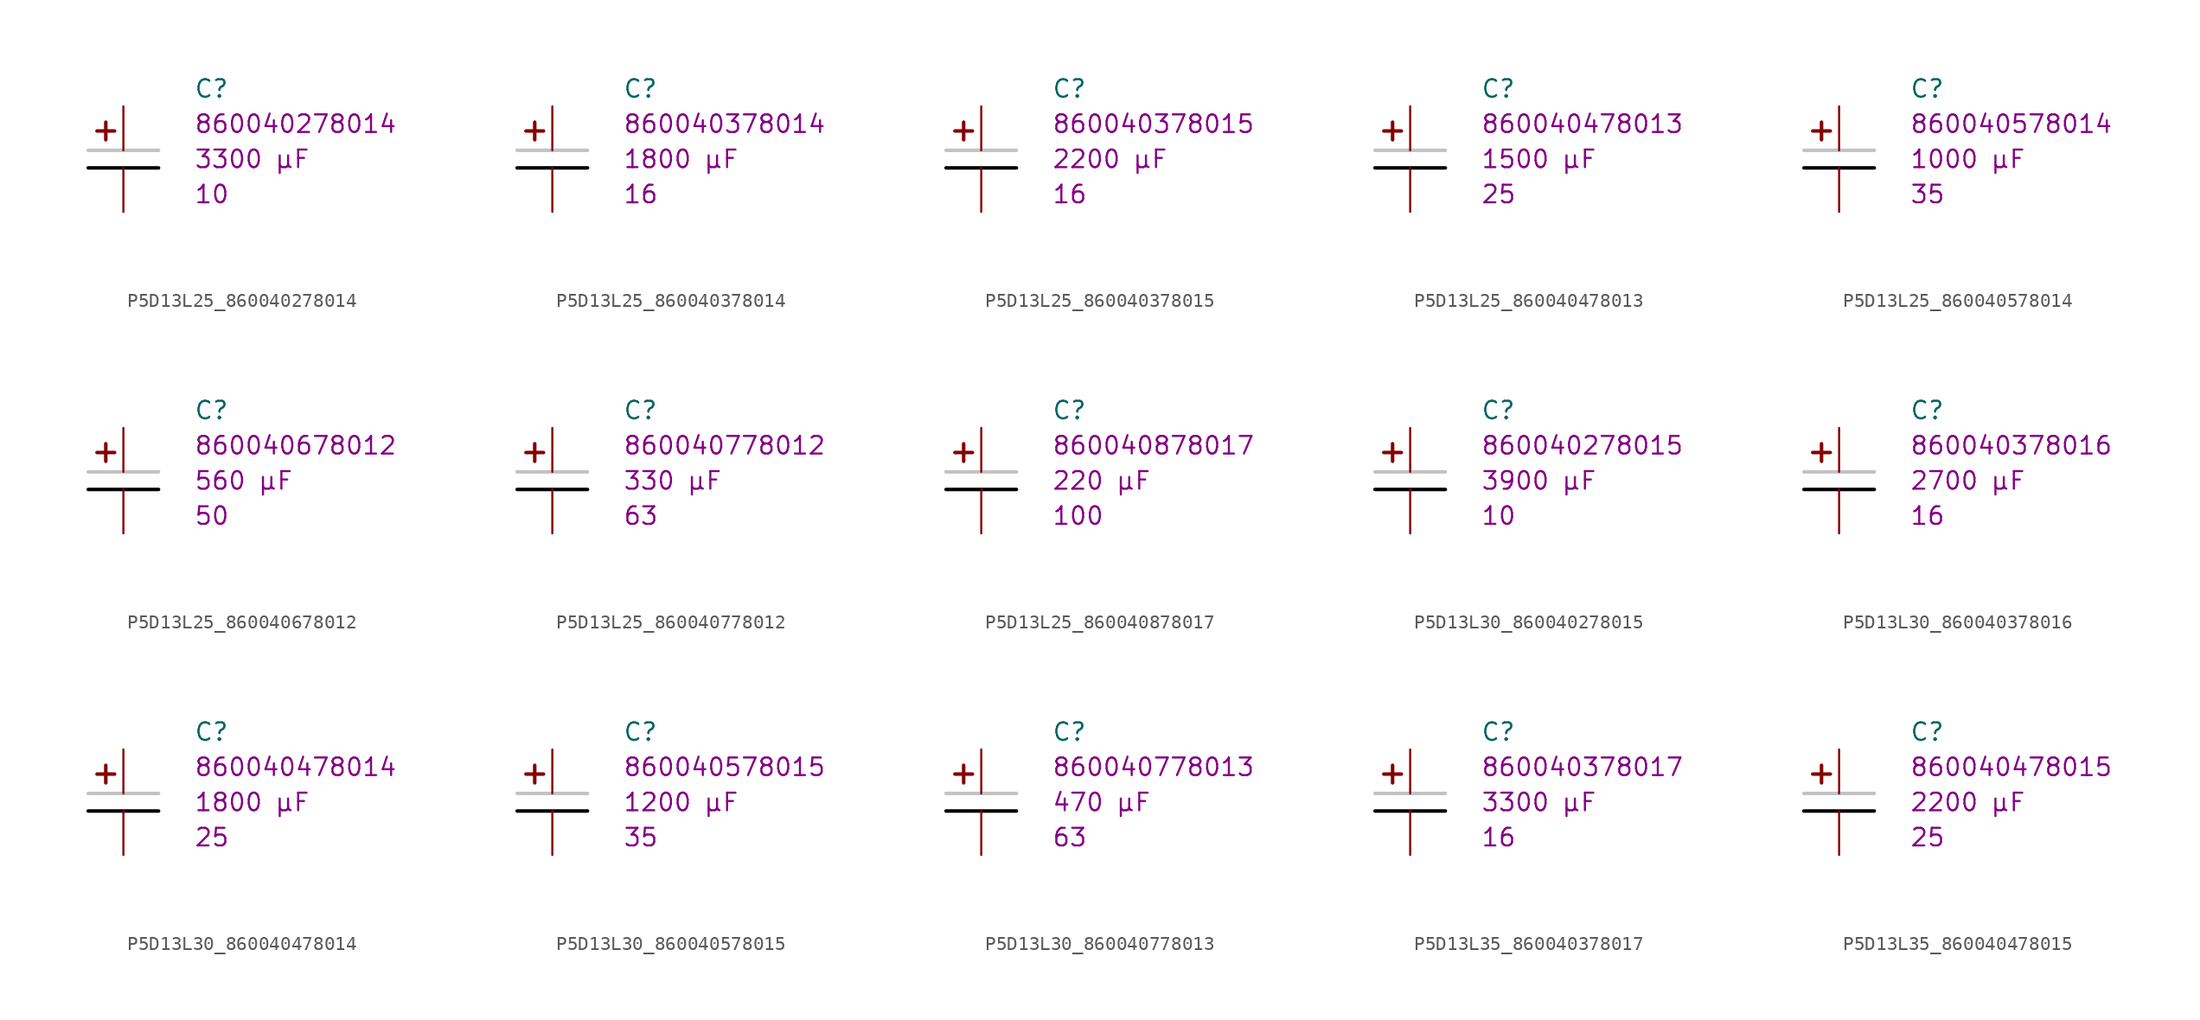
<source format=kicad_sym>
(kicad_symbol_lib
  (version 20220914)
  (generator kicad_symbol_editor)
  (symbol "P5D13L25_860040278014"
    (pin_numbers hide)
    (pin_names hide)
    (property "Reference" "C"
      (at 5.08 5.08 0)
      (effects (font (size 1.27 1.27)) (justify left)))
    (property "Part Number" "860040278014"
      (at 5.08 2.54 0)
      (effects (font (size 1.27 1.27)) (justify left)))
    (property "Capacitance" "3300 µF"
      (at 5.08 0 0)
      (effects (font (size 1.27 1.27)) (justify left)))
    (property "Voltage" "10"
      (at 5.08 -2.54 0)
      (effects (font (size 1.27 1.27)) (justify left)))
    (property "Critical Parameter" ""
      (at 0 -7.62 0)
      (effects (font (size 1.27 1.27)) (justify left)))
    (symbol "P5D13L25_860040278014_1_1"
      (polyline (pts (xy -1.27 2.667) (xy -1.27 1.397)) (stroke (width 0.254) (type default)) (fill (type none)))
      (polyline (pts (xy -0.635 2.032) (xy -1.905 2.032)) (stroke (width 0.254) (type default)) (fill (type none)))
      (polyline (pts (xy 2.54 -0.635) (xy -2.54 -0.635)) (stroke (width 0.254) (type default) (color 0 0 0 1)) (fill (type none)))
      (polyline (pts (xy 2.54 0.635) (xy -2.54 0.635)) (stroke (width 0.254) (type default) (color 194 194 194 1)) (fill (type none)))
      (pin passive line (at 0 3.81 270) (length 3.175) (name "1" (effects (font (size 1.27 1.27)))) (number "1" (effects (font (size 1.27 1.27)))))
      (pin passive line (at 0 -3.81 90) (length 3.175) (name "2" (effects (font (size 1.27 1.27)))) (number "2" (effects (font (size 1.27 1.27)))))))
  (symbol "P5D13L25_860040378014"
    (pin_numbers hide)
    (pin_names hide)
    (property "Reference" "C"
      (at 5.08 5.08 0)
      (effects (font (size 1.27 1.27)) (justify left)))
    (property "Part Number" "860040378014"
      (at 5.08 2.54 0)
      (effects (font (size 1.27 1.27)) (justify left)))
    (property "Capacitance" "1800 µF"
      (at 5.08 0 0)
      (effects (font (size 1.27 1.27)) (justify left)))
    (property "Voltage" "16"
      (at 5.08 -2.54 0)
      (effects (font (size 1.27 1.27)) (justify left)))
    (property "Critical Parameter" ""
      (at 0 -7.62 0)
      (effects (font (size 1.27 1.27)) (justify left)))
    (symbol "P5D13L25_860040378014_1_1"
      (polyline (pts (xy -1.27 2.667) (xy -1.27 1.397)) (stroke (width 0.254) (type default)) (fill (type none)))
      (polyline (pts (xy -0.635 2.032) (xy -1.905 2.032)) (stroke (width 0.254) (type default)) (fill (type none)))
      (polyline (pts (xy 2.54 -0.635) (xy -2.54 -0.635)) (stroke (width 0.254) (type default) (color 0 0 0 1)) (fill (type none)))
      (polyline (pts (xy 2.54 0.635) (xy -2.54 0.635)) (stroke (width 0.254) (type default) (color 194 194 194 1)) (fill (type none)))
      (pin passive line (at 0 3.81 270) (length 3.175) (name "1" (effects (font (size 1.27 1.27)))) (number "1" (effects (font (size 1.27 1.27)))))
      (pin passive line (at 0 -3.81 90) (length 3.175) (name "2" (effects (font (size 1.27 1.27)))) (number "2" (effects (font (size 1.27 1.27)))))))
  (symbol "P5D13L25_860040378015"
    (pin_numbers hide)
    (pin_names hide)
    (property "Reference" "C"
      (at 5.08 5.08 0)
      (effects (font (size 1.27 1.27)) (justify left)))
    (property "Part Number" "860040378015"
      (at 5.08 2.54 0)
      (effects (font (size 1.27 1.27)) (justify left)))
    (property "Capacitance" "2200 µF"
      (at 5.08 0 0)
      (effects (font (size 1.27 1.27)) (justify left)))
    (property "Voltage" "16"
      (at 5.08 -2.54 0)
      (effects (font (size 1.27 1.27)) (justify left)))
    (property "Critical Parameter" ""
      (at 0 -7.62 0)
      (effects (font (size 1.27 1.27)) (justify left)))
    (symbol "P5D13L25_860040378015_1_1"
      (polyline (pts (xy -1.27 2.667) (xy -1.27 1.397)) (stroke (width 0.254) (type default)) (fill (type none)))
      (polyline (pts (xy -0.635 2.032) (xy -1.905 2.032)) (stroke (width 0.254) (type default)) (fill (type none)))
      (polyline (pts (xy 2.54 -0.635) (xy -2.54 -0.635)) (stroke (width 0.254) (type default) (color 0 0 0 1)) (fill (type none)))
      (polyline (pts (xy 2.54 0.635) (xy -2.54 0.635)) (stroke (width 0.254) (type default) (color 194 194 194 1)) (fill (type none)))
      (pin passive line (at 0 3.81 270) (length 3.175) (name "1" (effects (font (size 1.27 1.27)))) (number "1" (effects (font (size 1.27 1.27)))))
      (pin passive line (at 0 -3.81 90) (length 3.175) (name "2" (effects (font (size 1.27 1.27)))) (number "2" (effects (font (size 1.27 1.27)))))))
  (symbol "P5D13L25_860040478013"
    (pin_numbers hide)
    (pin_names hide)
    (property "Reference" "C"
      (at 5.08 5.08 0)
      (effects (font (size 1.27 1.27)) (justify left)))
    (property "Part Number" "860040478013"
      (at 5.08 2.54 0)
      (effects (font (size 1.27 1.27)) (justify left)))
    (property "Capacitance" "1500 µF"
      (at 5.08 0 0)
      (effects (font (size 1.27 1.27)) (justify left)))
    (property "Voltage" "25"
      (at 5.08 -2.54 0)
      (effects (font (size 1.27 1.27)) (justify left)))
    (property "Critical Parameter" ""
      (at 0 -7.62 0)
      (effects (font (size 1.27 1.27)) (justify left)))
    (symbol "P5D13L25_860040478013_1_1"
      (polyline (pts (xy -1.27 2.667) (xy -1.27 1.397)) (stroke (width 0.254) (type default)) (fill (type none)))
      (polyline (pts (xy -0.635 2.032) (xy -1.905 2.032)) (stroke (width 0.254) (type default)) (fill (type none)))
      (polyline (pts (xy 2.54 -0.635) (xy -2.54 -0.635)) (stroke (width 0.254) (type default) (color 0 0 0 1)) (fill (type none)))
      (polyline (pts (xy 2.54 0.635) (xy -2.54 0.635)) (stroke (width 0.254) (type default) (color 194 194 194 1)) (fill (type none)))
      (pin passive line (at 0 3.81 270) (length 3.175) (name "1" (effects (font (size 1.27 1.27)))) (number "1" (effects (font (size 1.27 1.27)))))
      (pin passive line (at 0 -3.81 90) (length 3.175) (name "2" (effects (font (size 1.27 1.27)))) (number "2" (effects (font (size 1.27 1.27)))))))
  (symbol "P5D13L25_860040578014"
    (pin_numbers hide)
    (pin_names hide)
    (property "Reference" "C"
      (at 5.08 5.08 0)
      (effects (font (size 1.27 1.27)) (justify left)))
    (property "Part Number" "860040578014"
      (at 5.08 2.54 0)
      (effects (font (size 1.27 1.27)) (justify left)))
    (property "Capacitance" "1000 µF"
      (at 5.08 0 0)
      (effects (font (size 1.27 1.27)) (justify left)))
    (property "Voltage" "35"
      (at 5.08 -2.54 0)
      (effects (font (size 1.27 1.27)) (justify left)))
    (property "Critical Parameter" ""
      (at 0 -7.62 0)
      (effects (font (size 1.27 1.27)) (justify left)))
    (symbol "P5D13L25_860040578014_1_1"
      (polyline (pts (xy -1.27 2.667) (xy -1.27 1.397)) (stroke (width 0.254) (type default)) (fill (type none)))
      (polyline (pts (xy -0.635 2.032) (xy -1.905 2.032)) (stroke (width 0.254) (type default)) (fill (type none)))
      (polyline (pts (xy 2.54 -0.635) (xy -2.54 -0.635)) (stroke (width 0.254) (type default) (color 0 0 0 1)) (fill (type none)))
      (polyline (pts (xy 2.54 0.635) (xy -2.54 0.635)) (stroke (width 0.254) (type default) (color 194 194 194 1)) (fill (type none)))
      (pin passive line (at 0 3.81 270) (length 3.175) (name "1" (effects (font (size 1.27 1.27)))) (number "1" (effects (font (size 1.27 1.27)))))
      (pin passive line (at 0 -3.81 90) (length 3.175) (name "2" (effects (font (size 1.27 1.27)))) (number "2" (effects (font (size 1.27 1.27)))))))
  (symbol "P5D13L25_860040678012"
    (pin_numbers hide)
    (pin_names hide)
    (property "Reference" "C"
      (at 5.08 5.08 0)
      (effects (font (size 1.27 1.27)) (justify left)))
    (property "Part Number" "860040678012"
      (at 5.08 2.54 0)
      (effects (font (size 1.27 1.27)) (justify left)))
    (property "Capacitance" "560 µF"
      (at 5.08 0 0)
      (effects (font (size 1.27 1.27)) (justify left)))
    (property "Voltage" "50"
      (at 5.08 -2.54 0)
      (effects (font (size 1.27 1.27)) (justify left)))
    (property "Critical Parameter" ""
      (at 0 -7.62 0)
      (effects (font (size 1.27 1.27)) (justify left)))
    (symbol "P5D13L25_860040678012_1_1"
      (polyline (pts (xy -1.27 2.667) (xy -1.27 1.397)) (stroke (width 0.254) (type default)) (fill (type none)))
      (polyline (pts (xy -0.635 2.032) (xy -1.905 2.032)) (stroke (width 0.254) (type default)) (fill (type none)))
      (polyline (pts (xy 2.54 -0.635) (xy -2.54 -0.635)) (stroke (width 0.254) (type default) (color 0 0 0 1)) (fill (type none)))
      (polyline (pts (xy 2.54 0.635) (xy -2.54 0.635)) (stroke (width 0.254) (type default) (color 194 194 194 1)) (fill (type none)))
      (pin passive line (at 0 3.81 270) (length 3.175) (name "1" (effects (font (size 1.27 1.27)))) (number "1" (effects (font (size 1.27 1.27)))))
      (pin passive line (at 0 -3.81 90) (length 3.175) (name "2" (effects (font (size 1.27 1.27)))) (number "2" (effects (font (size 1.27 1.27)))))))
  (symbol "P5D13L25_860040778012"
    (pin_numbers hide)
    (pin_names hide)
    (property "Reference" "C"
      (at 5.08 5.08 0)
      (effects (font (size 1.27 1.27)) (justify left)))
    (property "Part Number" "860040778012"
      (at 5.08 2.54 0)
      (effects (font (size 1.27 1.27)) (justify left)))
    (property "Capacitance" "330 µF"
      (at 5.08 0 0)
      (effects (font (size 1.27 1.27)) (justify left)))
    (property "Voltage" "63"
      (at 5.08 -2.54 0)
      (effects (font (size 1.27 1.27)) (justify left)))
    (property "Critical Parameter" ""
      (at 0 -7.62 0)
      (effects (font (size 1.27 1.27)) (justify left)))
    (symbol "P5D13L25_860040778012_1_1"
      (polyline (pts (xy -1.27 2.667) (xy -1.27 1.397)) (stroke (width 0.254) (type default)) (fill (type none)))
      (polyline (pts (xy -0.635 2.032) (xy -1.905 2.032)) (stroke (width 0.254) (type default)) (fill (type none)))
      (polyline (pts (xy 2.54 -0.635) (xy -2.54 -0.635)) (stroke (width 0.254) (type default) (color 0 0 0 1)) (fill (type none)))
      (polyline (pts (xy 2.54 0.635) (xy -2.54 0.635)) (stroke (width 0.254) (type default) (color 194 194 194 1)) (fill (type none)))
      (pin passive line (at 0 3.81 270) (length 3.175) (name "1" (effects (font (size 1.27 1.27)))) (number "1" (effects (font (size 1.27 1.27)))))
      (pin passive line (at 0 -3.81 90) (length 3.175) (name "2" (effects (font (size 1.27 1.27)))) (number "2" (effects (font (size 1.27 1.27)))))))
  (symbol "P5D13L25_860040878017"
    (pin_numbers hide)
    (pin_names hide)
    (property "Reference" "C"
      (at 5.08 5.08 0)
      (effects (font (size 1.27 1.27)) (justify left)))
    (property "Part Number" "860040878017"
      (at 5.08 2.54 0)
      (effects (font (size 1.27 1.27)) (justify left)))
    (property "Capacitance" "220 µF"
      (at 5.08 0 0)
      (effects (font (size 1.27 1.27)) (justify left)))
    (property "Voltage" "100"
      (at 5.08 -2.54 0)
      (effects (font (size 1.27 1.27)) (justify left)))
    (property "Critical Parameter" ""
      (at 0 -7.62 0)
      (effects (font (size 1.27 1.27)) (justify left)))
    (symbol "P5D13L25_860040878017_1_1"
      (polyline (pts (xy -1.27 2.667) (xy -1.27 1.397)) (stroke (width 0.254) (type default)) (fill (type none)))
      (polyline (pts (xy -0.635 2.032) (xy -1.905 2.032)) (stroke (width 0.254) (type default)) (fill (type none)))
      (polyline (pts (xy 2.54 -0.635) (xy -2.54 -0.635)) (stroke (width 0.254) (type default) (color 0 0 0 1)) (fill (type none)))
      (polyline (pts (xy 2.54 0.635) (xy -2.54 0.635)) (stroke (width 0.254) (type default) (color 194 194 194 1)) (fill (type none)))
      (pin passive line (at 0 3.81 270) (length 3.175) (name "1" (effects (font (size 1.27 1.27)))) (number "1" (effects (font (size 1.27 1.27)))))
      (pin passive line (at 0 -3.81 90) (length 3.175) (name "2" (effects (font (size 1.27 1.27)))) (number "2" (effects (font (size 1.27 1.27)))))))
  (symbol "P5D13L30_860040278015"
    (pin_numbers hide)
    (pin_names hide)
    (property "Reference" "C"
      (at 5.08 5.08 0)
      (effects (font (size 1.27 1.27)) (justify left)))
    (property "Part Number" "860040278015"
      (at 5.08 2.54 0)
      (effects (font (size 1.27 1.27)) (justify left)))
    (property "Capacitance" "3900 µF"
      (at 5.08 0 0)
      (effects (font (size 1.27 1.27)) (justify left)))
    (property "Voltage" "10"
      (at 5.08 -2.54 0)
      (effects (font (size 1.27 1.27)) (justify left)))
    (property "Critical Parameter" ""
      (at 0 -7.62 0)
      (effects (font (size 1.27 1.27)) (justify left)))
    (symbol "P5D13L30_860040278015_1_1"
      (polyline (pts (xy -1.27 2.667) (xy -1.27 1.397)) (stroke (width 0.254) (type default)) (fill (type none)))
      (polyline (pts (xy -0.635 2.032) (xy -1.905 2.032)) (stroke (width 0.254) (type default)) (fill (type none)))
      (polyline (pts (xy 2.54 -0.635) (xy -2.54 -0.635)) (stroke (width 0.254) (type default) (color 0 0 0 1)) (fill (type none)))
      (polyline (pts (xy 2.54 0.635) (xy -2.54 0.635)) (stroke (width 0.254) (type default) (color 194 194 194 1)) (fill (type none)))
      (pin passive line (at 0 3.81 270) (length 3.175) (name "1" (effects (font (size 1.27 1.27)))) (number "1" (effects (font (size 1.27 1.27)))))
      (pin passive line (at 0 -3.81 90) (length 3.175) (name "2" (effects (font (size 1.27 1.27)))) (number "2" (effects (font (size 1.27 1.27)))))))
  (symbol "P5D13L30_860040378016"
    (pin_numbers hide)
    (pin_names hide)
    (property "Reference" "C"
      (at 5.08 5.08 0)
      (effects (font (size 1.27 1.27)) (justify left)))
    (property "Part Number" "860040378016"
      (at 5.08 2.54 0)
      (effects (font (size 1.27 1.27)) (justify left)))
    (property "Capacitance" "2700 µF"
      (at 5.08 0 0)
      (effects (font (size 1.27 1.27)) (justify left)))
    (property "Voltage" "16"
      (at 5.08 -2.54 0)
      (effects (font (size 1.27 1.27)) (justify left)))
    (property "Critical Parameter" ""
      (at 0 -7.62 0)
      (effects (font (size 1.27 1.27)) (justify left)))
    (symbol "P5D13L30_860040378016_1_1"
      (polyline (pts (xy -1.27 2.667) (xy -1.27 1.397)) (stroke (width 0.254) (type default)) (fill (type none)))
      (polyline (pts (xy -0.635 2.032) (xy -1.905 2.032)) (stroke (width 0.254) (type default)) (fill (type none)))
      (polyline (pts (xy 2.54 -0.635) (xy -2.54 -0.635)) (stroke (width 0.254) (type default) (color 0 0 0 1)) (fill (type none)))
      (polyline (pts (xy 2.54 0.635) (xy -2.54 0.635)) (stroke (width 0.254) (type default) (color 194 194 194 1)) (fill (type none)))
      (pin passive line (at 0 3.81 270) (length 3.175) (name "1" (effects (font (size 1.27 1.27)))) (number "1" (effects (font (size 1.27 1.27)))))
      (pin passive line (at 0 -3.81 90) (length 3.175) (name "2" (effects (font (size 1.27 1.27)))) (number "2" (effects (font (size 1.27 1.27)))))))
  (symbol "P5D13L30_860040478014"
    (pin_numbers hide)
    (pin_names hide)
    (property "Reference" "C"
      (at 5.08 5.08 0)
      (effects (font (size 1.27 1.27)) (justify left)))
    (property "Part Number" "860040478014"
      (at 5.08 2.54 0)
      (effects (font (size 1.27 1.27)) (justify left)))
    (property "Capacitance" "1800 µF"
      (at 5.08 0 0)
      (effects (font (size 1.27 1.27)) (justify left)))
    (property "Voltage" "25"
      (at 5.08 -2.54 0)
      (effects (font (size 1.27 1.27)) (justify left)))
    (property "Critical Parameter" ""
      (at 0 -7.62 0)
      (effects (font (size 1.27 1.27)) (justify left)))
    (symbol "P5D13L30_860040478014_1_1"
      (polyline (pts (xy -1.27 2.667) (xy -1.27 1.397)) (stroke (width 0.254) (type default)) (fill (type none)))
      (polyline (pts (xy -0.635 2.032) (xy -1.905 2.032)) (stroke (width 0.254) (type default)) (fill (type none)))
      (polyline (pts (xy 2.54 -0.635) (xy -2.54 -0.635)) (stroke (width 0.254) (type default) (color 0 0 0 1)) (fill (type none)))
      (polyline (pts (xy 2.54 0.635) (xy -2.54 0.635)) (stroke (width 0.254) (type default) (color 194 194 194 1)) (fill (type none)))
      (pin passive line (at 0 3.81 270) (length 3.175) (name "1" (effects (font (size 1.27 1.27)))) (number "1" (effects (font (size 1.27 1.27)))))
      (pin passive line (at 0 -3.81 90) (length 3.175) (name "2" (effects (font (size 1.27 1.27)))) (number "2" (effects (font (size 1.27 1.27)))))))
  (symbol "P5D13L30_860040578015"
    (pin_numbers hide)
    (pin_names hide)
    (property "Reference" "C"
      (at 5.08 5.08 0)
      (effects (font (size 1.27 1.27)) (justify left)))
    (property "Part Number" "860040578015"
      (at 5.08 2.54 0)
      (effects (font (size 1.27 1.27)) (justify left)))
    (property "Capacitance" "1200 µF"
      (at 5.08 0 0)
      (effects (font (size 1.27 1.27)) (justify left)))
    (property "Voltage" "35"
      (at 5.08 -2.54 0)
      (effects (font (size 1.27 1.27)) (justify left)))
    (property "Critical Parameter" ""
      (at 0 -7.62 0)
      (effects (font (size 1.27 1.27)) (justify left)))
    (symbol "P5D13L30_860040578015_1_1"
      (polyline (pts (xy -1.27 2.667) (xy -1.27 1.397)) (stroke (width 0.254) (type default)) (fill (type none)))
      (polyline (pts (xy -0.635 2.032) (xy -1.905 2.032)) (stroke (width 0.254) (type default)) (fill (type none)))
      (polyline (pts (xy 2.54 -0.635) (xy -2.54 -0.635)) (stroke (width 0.254) (type default) (color 0 0 0 1)) (fill (type none)))
      (polyline (pts (xy 2.54 0.635) (xy -2.54 0.635)) (stroke (width 0.254) (type default) (color 194 194 194 1)) (fill (type none)))
      (pin passive line (at 0 3.81 270) (length 3.175) (name "1" (effects (font (size 1.27 1.27)))) (number "1" (effects (font (size 1.27 1.27)))))
      (pin passive line (at 0 -3.81 90) (length 3.175) (name "2" (effects (font (size 1.27 1.27)))) (number "2" (effects (font (size 1.27 1.27)))))))
  (symbol "P5D13L30_860040778013"
    (pin_numbers hide)
    (pin_names hide)
    (property "Reference" "C"
      (at 5.08 5.08 0)
      (effects (font (size 1.27 1.27)) (justify left)))
    (property "Part Number" "860040778013"
      (at 5.08 2.54 0)
      (effects (font (size 1.27 1.27)) (justify left)))
    (property "Capacitance" "470 µF"
      (at 5.08 0 0)
      (effects (font (size 1.27 1.27)) (justify left)))
    (property "Voltage" "63"
      (at 5.08 -2.54 0)
      (effects (font (size 1.27 1.27)) (justify left)))
    (property "Critical Parameter" ""
      (at 0 -7.62 0)
      (effects (font (size 1.27 1.27)) (justify left)))
    (symbol "P5D13L30_860040778013_1_1"
      (polyline (pts (xy -1.27 2.667) (xy -1.27 1.397)) (stroke (width 0.254) (type default)) (fill (type none)))
      (polyline (pts (xy -0.635 2.032) (xy -1.905 2.032)) (stroke (width 0.254) (type default)) (fill (type none)))
      (polyline (pts (xy 2.54 -0.635) (xy -2.54 -0.635)) (stroke (width 0.254) (type default) (color 0 0 0 1)) (fill (type none)))
      (polyline (pts (xy 2.54 0.635) (xy -2.54 0.635)) (stroke (width 0.254) (type default) (color 194 194 194 1)) (fill (type none)))
      (pin passive line (at 0 3.81 270) (length 3.175) (name "1" (effects (font (size 1.27 1.27)))) (number "1" (effects (font (size 1.27 1.27)))))
      (pin passive line (at 0 -3.81 90) (length 3.175) (name "2" (effects (font (size 1.27 1.27)))) (number "2" (effects (font (size 1.27 1.27)))))))
  (symbol "P5D13L35_860040378017"
    (pin_numbers hide)
    (pin_names hide)
    (property "Reference" "C"
      (at 5.08 5.08 0)
      (effects (font (size 1.27 1.27)) (justify left)))
    (property "Part Number" "860040378017"
      (at 5.08 2.54 0)
      (effects (font (size 1.27 1.27)) (justify left)))
    (property "Capacitance" "3300 µF"
      (at 5.08 0 0)
      (effects (font (size 1.27 1.27)) (justify left)))
    (property "Voltage" "16"
      (at 5.08 -2.54 0)
      (effects (font (size 1.27 1.27)) (justify left)))
    (property "Critical Parameter" ""
      (at 0 -7.62 0)
      (effects (font (size 1.27 1.27)) (justify left)))
    (symbol "P5D13L35_860040378017_1_1"
      (polyline (pts (xy -1.27 2.667) (xy -1.27 1.397)) (stroke (width 0.254) (type default)) (fill (type none)))
      (polyline (pts (xy -0.635 2.032) (xy -1.905 2.032)) (stroke (width 0.254) (type default)) (fill (type none)))
      (polyline (pts (xy 2.54 -0.635) (xy -2.54 -0.635)) (stroke (width 0.254) (type default) (color 0 0 0 1)) (fill (type none)))
      (polyline (pts (xy 2.54 0.635) (xy -2.54 0.635)) (stroke (width 0.254) (type default) (color 194 194 194 1)) (fill (type none)))
      (pin passive line (at 0 3.81 270) (length 3.175) (name "1" (effects (font (size 1.27 1.27)))) (number "1" (effects (font (size 1.27 1.27)))))
      (pin passive line (at 0 -3.81 90) (length 3.175) (name "2" (effects (font (size 1.27 1.27)))) (number "2" (effects (font (size 1.27 1.27)))))))
  (symbol "P5D13L35_860040478015"
    (pin_numbers hide)
    (pin_names hide)
    (property "Reference" "C"
      (at 5.08 5.08 0)
      (effects (font (size 1.27 1.27)) (justify left)))
    (property "Part Number" "860040478015"
      (at 5.08 2.54 0)
      (effects (font (size 1.27 1.27)) (justify left)))
    (property "Capacitance" "2200 µF"
      (at 5.08 0 0)
      (effects (font (size 1.27 1.27)) (justify left)))
    (property "Voltage" "25"
      (at 5.08 -2.54 0)
      (effects (font (size 1.27 1.27)) (justify left)))
    (property "Critical Parameter" ""
      (at 0 -7.62 0)
      (effects (font (size 1.27 1.27)) (justify left)))
    (symbol "P5D13L35_860040478015_1_1"
      (polyline (pts (xy -1.27 2.667) (xy -1.27 1.397)) (stroke (width 0.254) (type default)) (fill (type none)))
      (polyline (pts (xy -0.635 2.032) (xy -1.905 2.032)) (stroke (width 0.254) (type default)) (fill (type none)))
      (polyline (pts (xy 2.54 -0.635) (xy -2.54 -0.635)) (stroke (width 0.254) (type default) (color 0 0 0 1)) (fill (type none)))
      (polyline (pts (xy 2.54 0.635) (xy -2.54 0.635)) (stroke (width 0.254) (type default) (color 194 194 194 1)) (fill (type none)))
      (pin passive line (at 0 3.81 270) (length 3.175) (name "1" (effects (font (size 1.27 1.27)))) (number "1" (effects (font (size 1.27 1.27)))))
      (pin passive line (at 0 -3.81 90) (length 3.175) (name "2" (effects (font (size 1.27 1.27)))) (number "2" (effects (font (size 1.27 1.27))))))))
</source>
